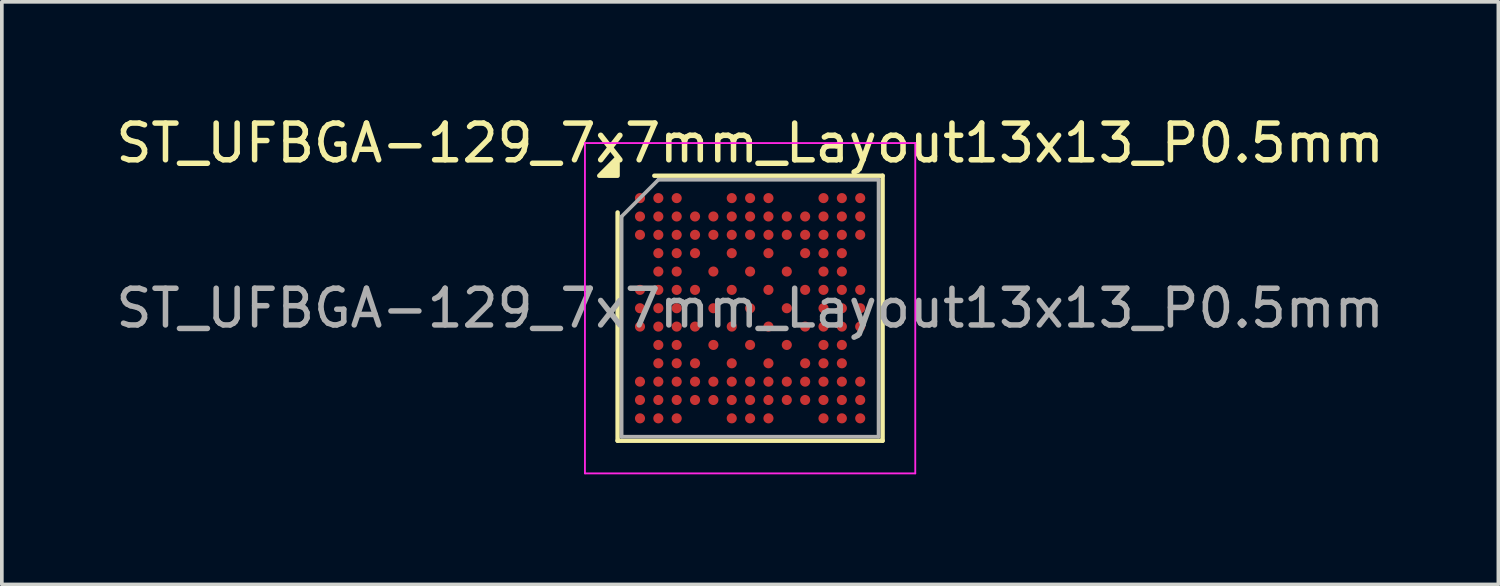
<source format=kicad_pcb>
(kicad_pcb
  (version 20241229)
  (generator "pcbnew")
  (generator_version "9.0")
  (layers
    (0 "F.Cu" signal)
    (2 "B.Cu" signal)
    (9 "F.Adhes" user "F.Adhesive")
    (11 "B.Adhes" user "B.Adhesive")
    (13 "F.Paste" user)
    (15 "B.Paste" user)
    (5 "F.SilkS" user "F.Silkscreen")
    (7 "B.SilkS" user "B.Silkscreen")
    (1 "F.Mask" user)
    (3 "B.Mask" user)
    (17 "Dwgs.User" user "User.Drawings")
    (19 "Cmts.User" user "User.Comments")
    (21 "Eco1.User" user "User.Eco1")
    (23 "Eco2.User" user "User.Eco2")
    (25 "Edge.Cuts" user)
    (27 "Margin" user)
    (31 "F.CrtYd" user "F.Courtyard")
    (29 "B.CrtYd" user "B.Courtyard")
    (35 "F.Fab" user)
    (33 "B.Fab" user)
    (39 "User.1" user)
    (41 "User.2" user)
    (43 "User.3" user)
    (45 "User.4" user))
  (footprint "ST_UFBGA-129_7x7mm_Layout13x13_P0.5mm"
    (layer "F.Cu")
    (at 17.387 5.348)
    (property "Reference" "ST_UFBGA-129_7x7mm_Layout13x13_P0.5mm" (at 0 -4.5 0) (layer "F.SilkS") (effects (font (size 1 1) (thickness 0.15))))
    (attr smd)
    (fp_line (start -3.61 3.61) (end -3.61 -2.61) (stroke (width 0.12) (type solid)) (layer "F.SilkS"))
    (fp_line (start -2.61 -3.61) (end 3.61 -3.61) (stroke (width 0.12) (type solid)) (layer "F.SilkS"))
    (fp_line (start 3.61 -3.61) (end 3.61 3.61) (stroke (width 0.12) (type solid)) (layer "F.SilkS"))
    (fp_line (start 3.61 3.61) (end -3.61 3.61) (stroke (width 0.12) (type solid)) (layer "F.SilkS"))
    (fp_poly (pts (xy -3.61 -3.61) (xy -4.11 -3.61) (xy -3.61 -4.11) (xy -3.61 -3.61)) (stroke (width 0.12) (type solid)) (fill yes) (layer "F.SilkS"))
    (fp_line (start -4.5 -4.5) (end -4.5 4.5) (stroke (width 0.05) (type solid)) (layer "F.CrtYd"))
    (fp_line (start -4.5 4.5) (end 4.5 4.5) (stroke (width 0.05) (type solid)) (layer "F.CrtYd"))
    (fp_line (start 4.5 -4.5) (end -4.5 -4.5) (stroke (width 0.05) (type solid)) (layer "F.CrtYd"))
    (fp_line (start 4.5 4.5) (end 4.5 -4.5) (stroke (width 0.05) (type solid)) (layer "F.CrtYd"))
    (fp_line (start -3.5 -2.5) (end -2.5 -3.5) (stroke (width 0.1) (type solid)) (layer "F.Fab"))
    (fp_line (start -3.5 3.5) (end -3.5 -2.5) (stroke (width 0.1) (type solid)) (layer "F.Fab"))
    (fp_line (start -2.5 -3.5) (end 3.5 -3.5) (stroke (width 0.1) (type solid)) (layer "F.Fab"))
    (fp_line (start 3.5 -3.5) (end 3.5 3.5) (stroke (width 0.1) (type solid)) (layer "F.Fab"))
    (fp_line (start 3.5 3.5) (end -3.5 3.5) (stroke (width 0.1) (type solid)) (layer "F.Fab"))
    (fp_text user "${REFERENCE}" (at 0 0 0) (layer "F.Fab") (effects (font (size 1 1) (thickness 0.15))))
    (pad "A1" smd circle (at -3 -3) (size 0.275 0.275) (property pad_prop_bga) (layers "F.Cu" "F.Mask" "F.Paste"))
    (pad "A2" smd circle (at -2.5 -3) (size 0.275 0.275) (property pad_prop_bga) (layers "F.Cu" "F.Mask" "F.Paste"))
    (pad "A3" smd circle (at -2 -3) (size 0.275 0.275) (property pad_prop_bga) (layers "F.Cu" "F.Mask" "F.Paste"))
    (pad "A6" smd circle (at -0.5 -3) (size 0.275 0.275) (property pad_prop_bga) (layers "F.Cu" "F.Mask" "F.Paste"))
    (pad "A7" smd circle (at 0 -3) (size 0.275 0.275) (property pad_prop_bga) (layers "F.Cu" "F.Mask" "F.Paste"))
    (pad "A8" smd circle (at 0.5 -3) (size 0.275 0.275) (property pad_prop_bga) (layers "F.Cu" "F.Mask" "F.Paste"))
    (pad "A11" smd circle (at 2 -3) (size 0.275 0.275) (property pad_prop_bga) (layers "F.Cu" "F.Mask" "F.Paste"))
    (pad "A12" smd circle (at 2.5 -3) (size 0.275 0.275) (property pad_prop_bga) (layers "F.Cu" "F.Mask" "F.Paste"))
    (pad "A13" smd circle (at 3 -3) (size 0.275 0.275) (property pad_prop_bga) (layers "F.Cu" "F.Mask" "F.Paste"))
    (pad "B1" smd circle (at -3 -2.5) (size 0.275 0.275) (property pad_prop_bga) (layers "F.Cu" "F.Mask" "F.Paste"))
    (pad "B2" smd circle (at -2.5 -2.5) (size 0.275 0.275) (property pad_prop_bga) (layers "F.Cu" "F.Mask" "F.Paste"))
    (pad "B3" smd circle (at -2 -2.5) (size 0.275 0.275) (property pad_prop_bga) (layers "F.Cu" "F.Mask" "F.Paste"))
    (pad "B4" smd circle (at -1.5 -2.5) (size 0.275 0.275) (property pad_prop_bga) (layers "F.Cu" "F.Mask" "F.Paste"))
    (pad "B5" smd circle (at -1 -2.5) (size 0.275 0.275) (property pad_prop_bga) (layers "F.Cu" "F.Mask" "F.Paste"))
    (pad "B6" smd circle (at -0.5 -2.5) (size 0.275 0.275) (property pad_prop_bga) (layers "F.Cu" "F.Mask" "F.Paste"))
    (pad "B7" smd circle (at 0 -2.5) (size 0.275 0.275) (property pad_prop_bga) (layers "F.Cu" "F.Mask" "F.Paste"))
    (pad "B8" smd circle (at 0.5 -2.5) (size 0.275 0.275) (property pad_prop_bga) (layers "F.Cu" "F.Mask" "F.Paste"))
    (pad "B9" smd circle (at 1 -2.5) (size 0.275 0.275) (property pad_prop_bga) (layers "F.Cu" "F.Mask" "F.Paste"))
    (pad "B10" smd circle (at 1.5 -2.5) (size 0.275 0.275) (property pad_prop_bga) (layers "F.Cu" "F.Mask" "F.Paste"))
    (pad "B11" smd circle (at 2 -2.5) (size 0.275 0.275) (property pad_prop_bga) (layers "F.Cu" "F.Mask" "F.Paste"))
    (pad "B12" smd circle (at 2.5 -2.5) (size 0.275 0.275) (property pad_prop_bga) (layers "F.Cu" "F.Mask" "F.Paste"))
    (pad "B13" smd circle (at 3 -2.5) (size 0.275 0.275) (property pad_prop_bga) (layers "F.Cu" "F.Mask" "F.Paste"))
    (pad "C1" smd circle (at -3 -2) (size 0.275 0.275) (property pad_prop_bga) (layers "F.Cu" "F.Mask" "F.Paste"))
    (pad "C2" smd circle (at -2.5 -2) (size 0.275 0.275) (property pad_prop_bga) (layers "F.Cu" "F.Mask" "F.Paste"))
    (pad "C3" smd circle (at -2 -2) (size 0.275 0.275) (property pad_prop_bga) (layers "F.Cu" "F.Mask" "F.Paste"))
    (pad "C4" smd circle (at -1.5 -2) (size 0.275 0.275) (property pad_prop_bga) (layers "F.Cu" "F.Mask" "F.Paste"))
    (pad "C5" smd circle (at -1 -2) (size 0.275 0.275) (property pad_prop_bga) (layers "F.Cu" "F.Mask" "F.Paste"))
    (pad "C6" smd circle (at -0.5 -2) (size 0.275 0.275) (property pad_prop_bga) (layers "F.Cu" "F.Mask" "F.Paste"))
    (pad "C7" smd circle (at 0 -2) (size 0.275 0.275) (property pad_prop_bga) (layers "F.Cu" "F.Mask" "F.Paste"))
    (pad "C8" smd circle (at 0.5 -2) (size 0.275 0.275) (property pad_prop_bga) (layers "F.Cu" "F.Mask" "F.Paste"))
    (pad "C9" smd circle (at 1 -2) (size 0.275 0.275) (property pad_prop_bga) (layers "F.Cu" "F.Mask" "F.Paste"))
    (pad "C10" smd circle (at 1.5 -2) (size 0.275 0.275) (property pad_prop_bga) (layers "F.Cu" "F.Mask" "F.Paste"))
    (pad "C11" smd circle (at 2 -2) (size 0.275 0.275) (property pad_prop_bga) (layers "F.Cu" "F.Mask" "F.Paste"))
    (pad "C12" smd circle (at 2.5 -2) (size 0.275 0.275) (property pad_prop_bga) (layers "F.Cu" "F.Mask" "F.Paste"))
    (pad "C13" smd circle (at 3 -2) (size 0.275 0.275) (property pad_prop_bga) (layers "F.Cu" "F.Mask" "F.Paste"))
    (pad "D2" smd circle (at -2.5 -1.5) (size 0.275 0.275) (property pad_prop_bga) (layers "F.Cu" "F.Mask" "F.Paste"))
    (pad "D3" smd circle (at -2 -1.5) (size 0.275 0.275) (property pad_prop_bga) (layers "F.Cu" "F.Mask" "F.Paste"))
    (pad "D4" smd circle (at -1.5 -1.5) (size 0.275 0.275) (property pad_prop_bga) (layers "F.Cu" "F.Mask" "F.Paste"))
    (pad "D6" smd circle (at -0.5 -1.5) (size 0.275 0.275) (property pad_prop_bga) (layers "F.Cu" "F.Mask" "F.Paste"))
    (pad "D8" smd circle (at 0.5 -1.5) (size 0.275 0.275) (property pad_prop_bga) (layers "F.Cu" "F.Mask" "F.Paste"))
    (pad "D10" smd circle (at 1.5 -1.5) (size 0.275 0.275) (property pad_prop_bga) (layers "F.Cu" "F.Mask" "F.Paste"))
    (pad "D11" smd circle (at 2 -1.5) (size 0.275 0.275) (property pad_prop_bga) (layers "F.Cu" "F.Mask" "F.Paste"))
    (pad "D12" smd circle (at 2.5 -1.5) (size 0.275 0.275) (property pad_prop_bga) (layers "F.Cu" "F.Mask" "F.Paste"))
    (pad "E2" smd circle (at -2.5 -1) (size 0.275 0.275) (property pad_prop_bga) (layers "F.Cu" "F.Mask" "F.Paste"))
    (pad "E3" smd circle (at -2 -1) (size 0.275 0.275) (property pad_prop_bga) (layers "F.Cu" "F.Mask" "F.Paste"))
    (pad "E5" smd circle (at -1 -1) (size 0.275 0.275) (property pad_prop_bga) (layers "F.Cu" "F.Mask" "F.Paste"))
    (pad "E7" smd circle (at 0 -1) (size 0.275 0.275) (property pad_prop_bga) (layers "F.Cu" "F.Mask" "F.Paste"))
    (pad "E9" smd circle (at 1 -1) (size 0.275 0.275) (property pad_prop_bga) (layers "F.Cu" "F.Mask" "F.Paste"))
    (pad "E11" smd circle (at 2 -1) (size 0.275 0.275) (property pad_prop_bga) (layers "F.Cu" "F.Mask" "F.Paste"))
    (pad "E12" smd circle (at 2.5 -1) (size 0.275 0.275) (property pad_prop_bga) (layers "F.Cu" "F.Mask" "F.Paste"))
    (pad "F1" smd circle (at -3 -0.5) (size 0.275 0.275) (property pad_prop_bga) (layers "F.Cu" "F.Mask" "F.Paste"))
    (pad "F2" smd circle (at -2.5 -0.5) (size 0.275 0.275) (property pad_prop_bga) (layers "F.Cu" "F.Mask" "F.Paste"))
    (pad "F3" smd circle (at -2 -0.5) (size 0.275 0.275) (property pad_prop_bga) (layers "F.Cu" "F.Mask" "F.Paste"))
    (pad "F4" smd circle (at -1.5 -0.5) (size 0.275 0.275) (property pad_prop_bga) (layers "F.Cu" "F.Mask" "F.Paste"))
    (pad "F6" smd circle (at -0.5 -0.5) (size 0.275 0.275) (property pad_prop_bga) (layers "F.Cu" "F.Mask" "F.Paste"))
    (pad "F8" smd circle (at 0.5 -0.5) (size 0.275 0.275) (property pad_prop_bga) (layers "F.Cu" "F.Mask" "F.Paste"))
    (pad "F10" smd circle (at 1.5 -0.5) (size 0.275 0.275) (property pad_prop_bga) (layers "F.Cu" "F.Mask" "F.Paste"))
    (pad "F11" smd circle (at 2 -0.5) (size 0.275 0.275) (property pad_prop_bga) (layers "F.Cu" "F.Mask" "F.Paste"))
    (pad "F12" smd circle (at 2.5 -0.5) (size 0.275 0.275) (property pad_prop_bga) (layers "F.Cu" "F.Mask" "F.Paste"))
    (pad "F13" smd circle (at 3 -0.5) (size 0.275 0.275) (property pad_prop_bga) (layers "F.Cu" "F.Mask" "F.Paste"))
    (pad "G1" smd circle (at -3 0) (size 0.275 0.275) (property pad_prop_bga) (layers "F.Cu" "F.Mask" "F.Paste"))
    (pad "G2" smd circle (at -2.5 0) (size 0.275 0.275) (property pad_prop_bga) (layers "F.Cu" "F.Mask" "F.Paste"))
    (pad "G3" smd circle (at -2 0) (size 0.275 0.275) (property pad_prop_bga) (layers "F.Cu" "F.Mask" "F.Paste"))
    (pad "G5" smd circle (at -1 0) (size 0.275 0.275) (property pad_prop_bga) (layers "F.Cu" "F.Mask" "F.Paste"))
    (pad "G7" smd circle (at 0 0) (size 0.275 0.275) (property pad_prop_bga) (layers "F.Cu" "F.Mask" "F.Paste"))
    (pad "G9" smd circle (at 1 0) (size 0.275 0.275) (property pad_prop_bga) (layers "F.Cu" "F.Mask" "F.Paste"))
    (pad "G11" smd circle (at 2 0) (size 0.275 0.275) (property pad_prop_bga) (layers "F.Cu" "F.Mask" "F.Paste"))
    (pad "G12" smd circle (at 2.5 0) (size 0.275 0.275) (property pad_prop_bga) (layers "F.Cu" "F.Mask" "F.Paste"))
    (pad "G13" smd circle (at 3 0) (size 0.275 0.275) (property pad_prop_bga) (layers "F.Cu" "F.Mask" "F.Paste"))
    (pad "H1" smd circle (at -3 0.5) (size 0.275 0.275) (property pad_prop_bga) (layers "F.Cu" "F.Mask" "F.Paste"))
    (pad "H2" smd circle (at -2.5 0.5) (size 0.275 0.275) (property pad_prop_bga) (layers "F.Cu" "F.Mask" "F.Paste"))
    (pad "H3" smd circle (at -2 0.5) (size 0.275 0.275) (property pad_prop_bga) (layers "F.Cu" "F.Mask" "F.Paste"))
    (pad "H4" smd circle (at -1.5 0.5) (size 0.275 0.275) (property pad_prop_bga) (layers "F.Cu" "F.Mask" "F.Paste"))
    (pad "H6" smd circle (at -0.5 0.5) (size 0.275 0.275) (property pad_prop_bga) (layers "F.Cu" "F.Mask" "F.Paste"))
    (pad "H8" smd circle (at 0.5 0.5) (size 0.275 0.275) (property pad_prop_bga) (layers "F.Cu" "F.Mask" "F.Paste"))
    (pad "H10" smd circle (at 1.5 0.5) (size 0.275 0.275) (property pad_prop_bga) (layers "F.Cu" "F.Mask" "F.Paste"))
    (pad "H11" smd circle (at 2 0.5) (size 0.275 0.275) (property pad_prop_bga) (layers "F.Cu" "F.Mask" "F.Paste"))
    (pad "H12" smd circle (at 2.5 0.5) (size 0.275 0.275) (property pad_prop_bga) (layers "F.Cu" "F.Mask" "F.Paste"))
    (pad "H13" smd circle (at 3 0.5) (size 0.275 0.275) (property pad_prop_bga) (layers "F.Cu" "F.Mask" "F.Paste"))
    (pad "J2" smd circle (at -2.5 1) (size 0.275 0.275) (property pad_prop_bga) (layers "F.Cu" "F.Mask" "F.Paste"))
    (pad "J3" smd circle (at -2 1) (size 0.275 0.275) (property pad_prop_bga) (layers "F.Cu" "F.Mask" "F.Paste"))
    (pad "J5" smd circle (at -1 1) (size 0.275 0.275) (property pad_prop_bga) (layers "F.Cu" "F.Mask" "F.Paste"))
    (pad "J7" smd circle (at 0 1) (size 0.275 0.275) (property pad_prop_bga) (layers "F.Cu" "F.Mask" "F.Paste"))
    (pad "J9" smd circle (at 1 1) (size 0.275 0.275) (property pad_prop_bga) (layers "F.Cu" "F.Mask" "F.Paste"))
    (pad "J11" smd circle (at 2 1) (size 0.275 0.275) (property pad_prop_bga) (layers "F.Cu" "F.Mask" "F.Paste"))
    (pad "J12" smd circle (at 2.5 1) (size 0.275 0.275) (property pad_prop_bga) (layers "F.Cu" "F.Mask" "F.Paste"))
    (pad "K2" smd circle (at -2.5 1.5) (size 0.275 0.275) (property pad_prop_bga) (layers "F.Cu" "F.Mask" "F.Paste"))
    (pad "K3" smd circle (at -2 1.5) (size 0.275 0.275) (property pad_prop_bga) (layers "F.Cu" "F.Mask" "F.Paste"))
    (pad "K4" smd circle (at -1.5 1.5) (size 0.275 0.275) (property pad_prop_bga) (layers "F.Cu" "F.Mask" "F.Paste"))
    (pad "K6" smd circle (at -0.5 1.5) (size 0.275 0.275) (property pad_prop_bga) (layers "F.Cu" "F.Mask" "F.Paste"))
    (pad "K8" smd circle (at 0.5 1.5) (size 0.275 0.275) (property pad_prop_bga) (layers "F.Cu" "F.Mask" "F.Paste"))
    (pad "K10" smd circle (at 1.5 1.5) (size 0.275 0.275) (property pad_prop_bga) (layers "F.Cu" "F.Mask" "F.Paste"))
    (pad "K11" smd circle (at 2 1.5) (size 0.275 0.275) (property pad_prop_bga) (layers "F.Cu" "F.Mask" "F.Paste"))
    (pad "K12" smd circle (at 2.5 1.5) (size 0.275 0.275) (property pad_prop_bga) (layers "F.Cu" "F.Mask" "F.Paste"))
    (pad "L1" smd circle (at -3 2) (size 0.275 0.275) (property pad_prop_bga) (layers "F.Cu" "F.Mask" "F.Paste"))
    (pad "L2" smd circle (at -2.5 2) (size 0.275 0.275) (property pad_prop_bga) (layers "F.Cu" "F.Mask" "F.Paste"))
    (pad "L3" smd circle (at -2 2) (size 0.275 0.275) (property pad_prop_bga) (layers "F.Cu" "F.Mask" "F.Paste"))
    (pad "L4" smd circle (at -1.5 2) (size 0.275 0.275) (property pad_prop_bga) (layers "F.Cu" "F.Mask" "F.Paste"))
    (pad "L5" smd circle (at -1 2) (size 0.275 0.275) (property pad_prop_bga) (layers "F.Cu" "F.Mask" "F.Paste"))
    (pad "L6" smd circle (at -0.5 2) (size 0.275 0.275) (property pad_prop_bga) (layers "F.Cu" "F.Mask" "F.Paste"))
    (pad "L7" smd circle (at 0 2) (size 0.275 0.275) (property pad_prop_bga) (layers "F.Cu" "F.Mask" "F.Paste"))
    (pad "L8" smd circle (at 0.5 2) (size 0.275 0.275) (property pad_prop_bga) (layers "F.Cu" "F.Mask" "F.Paste"))
    (pad "L9" smd circle (at 1 2) (size 0.275 0.275) (property pad_prop_bga) (layers "F.Cu" "F.Mask" "F.Paste"))
    (pad "L10" smd circle (at 1.5 2) (size 0.275 0.275) (property pad_prop_bga) (layers "F.Cu" "F.Mask" "F.Paste"))
    (pad "L11" smd circle (at 2 2) (size 0.275 0.275) (property pad_prop_bga) (layers "F.Cu" "F.Mask" "F.Paste"))
    (pad "L12" smd circle (at 2.5 2) (size 0.275 0.275) (property pad_prop_bga) (layers "F.Cu" "F.Mask" "F.Paste"))
    (pad "L13" smd circle (at 3 2) (size 0.275 0.275) (property pad_prop_bga) (layers "F.Cu" "F.Mask" "F.Paste"))
    (pad "M1" smd circle (at -3 2.5) (size 0.275 0.275) (property pad_prop_bga) (layers "F.Cu" "F.Mask" "F.Paste"))
    (pad "M2" smd circle (at -2.5 2.5) (size 0.275 0.275) (property pad_prop_bga) (layers "F.Cu" "F.Mask" "F.Paste"))
    (pad "M3" smd circle (at -2 2.5) (size 0.275 0.275) (property pad_prop_bga) (layers "F.Cu" "F.Mask" "F.Paste"))
    (pad "M4" smd circle (at -1.5 2.5) (size 0.275 0.275) (property pad_prop_bga) (layers "F.Cu" "F.Mask" "F.Paste"))
    (pad "M5" smd circle (at -1 2.5) (size 0.275 0.275) (property pad_prop_bga) (layers "F.Cu" "F.Mask" "F.Paste"))
    (pad "M6" smd circle (at -0.5 2.5) (size 0.275 0.275) (property pad_prop_bga) (layers "F.Cu" "F.Mask" "F.Paste"))
    (pad "M7" smd circle (at 0 2.5) (size 0.275 0.275) (property pad_prop_bga) (layers "F.Cu" "F.Mask" "F.Paste"))
    (pad "M8" smd circle (at 0.5 2.5) (size 0.275 0.275) (property pad_prop_bga) (layers "F.Cu" "F.Mask" "F.Paste"))
    (pad "M9" smd circle (at 1 2.5) (size 0.275 0.275) (property pad_prop_bga) (layers "F.Cu" "F.Mask" "F.Paste"))
    (pad "M10" smd circle (at 1.5 2.5) (size 0.275 0.275) (property pad_prop_bga) (layers "F.Cu" "F.Mask" "F.Paste"))
    (pad "M11" smd circle (at 2 2.5) (size 0.275 0.275) (property pad_prop_bga) (layers "F.Cu" "F.Mask" "F.Paste"))
    (pad "M12" smd circle (at 2.5 2.5) (size 0.275 0.275) (property pad_prop_bga) (layers "F.Cu" "F.Mask" "F.Paste"))
    (pad "M13" smd circle (at 3 2.5) (size 0.275 0.275) (property pad_prop_bga) (layers "F.Cu" "F.Mask" "F.Paste"))
    (pad "N1" smd circle (at -3 3) (size 0.275 0.275) (property pad_prop_bga) (layers "F.Cu" "F.Mask" "F.Paste"))
    (pad "N2" smd circle (at -2.5 3) (size 0.275 0.275) (property pad_prop_bga) (layers "F.Cu" "F.Mask" "F.Paste"))
    (pad "N3" smd circle (at -2 3) (size 0.275 0.275) (property pad_prop_bga) (layers "F.Cu" "F.Mask" "F.Paste"))
    (pad "N6" smd circle (at -0.5 3) (size 0.275 0.275) (property pad_prop_bga) (layers "F.Cu" "F.Mask" "F.Paste"))
    (pad "N7" smd circle (at 0 3) (size 0.275 0.275) (property pad_prop_bga) (layers "F.Cu" "F.Mask" "F.Paste"))
    (pad "N8" smd circle (at 0.5 3) (size 0.275 0.275) (property pad_prop_bga) (layers "F.Cu" "F.Mask" "F.Paste"))
    (pad "N11" smd circle (at 2 3) (size 0.275 0.275) (property pad_prop_bga) (layers "F.Cu" "F.Mask" "F.Paste"))
    (pad "N12" smd circle (at 2.5 3) (size 0.275 0.275) (property pad_prop_bga) (layers "F.Cu" "F.Mask" "F.Paste"))
    (pad "N13" smd circle (at 3 3) (size 0.275 0.275) (property pad_prop_bga) (layers "F.Cu" "F.Mask" "F.Paste")))
  (gr_rect
    (start -3 -3)
    (end 37.774 12.873)
    (stroke (width 0.1) (type default))
    (fill no)
    (layer "Edge.Cuts")))
</source>
